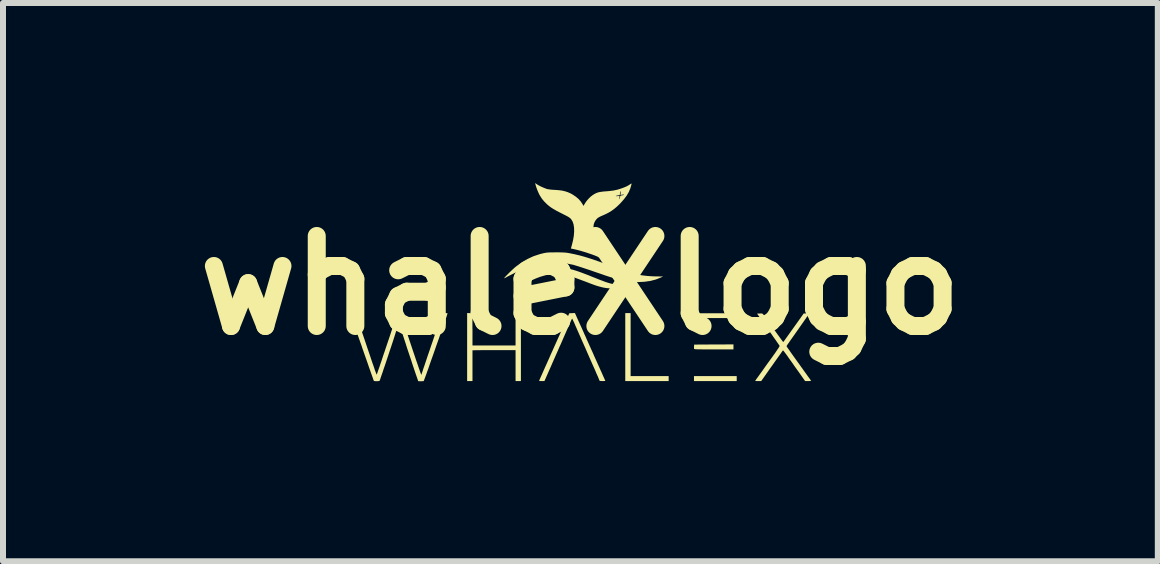
<source format=kicad_pcb>
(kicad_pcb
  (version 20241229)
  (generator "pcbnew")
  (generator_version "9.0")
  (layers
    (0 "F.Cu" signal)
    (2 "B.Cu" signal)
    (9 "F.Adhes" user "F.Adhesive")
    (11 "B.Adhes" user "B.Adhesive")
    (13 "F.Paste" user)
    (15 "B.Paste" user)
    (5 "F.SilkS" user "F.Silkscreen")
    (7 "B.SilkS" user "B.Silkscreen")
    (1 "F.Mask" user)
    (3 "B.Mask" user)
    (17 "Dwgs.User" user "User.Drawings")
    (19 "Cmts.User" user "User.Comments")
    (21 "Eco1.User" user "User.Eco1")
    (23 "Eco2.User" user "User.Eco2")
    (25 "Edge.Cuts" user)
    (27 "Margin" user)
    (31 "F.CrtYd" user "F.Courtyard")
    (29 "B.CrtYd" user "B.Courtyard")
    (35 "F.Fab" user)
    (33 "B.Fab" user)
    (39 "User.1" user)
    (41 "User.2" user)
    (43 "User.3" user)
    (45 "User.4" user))
  (footprint "whaleXlogo"
    (layer "F.Cu")
    (at 6.621 1.704)
    (property "Reference" "whaleXlogo" (at 0 0 0) (layer "F.SilkS") (effects (font (size 1.5 1.5) (thickness 0.3))))
    (attr board_only exclude_from_pos_files exclude_from_bom)
    (fp_poly (pts (xy 2.586 0.506) (xy 2.587 0.546) (xy 2.24 0.546) (xy 1.892 0.546) (xy 1.894 0.506) (xy 1.896 0.466) (xy 2.24 0.466) (xy 2.584 0.466)) (stroke (width 0) (type solid)) (fill yes) (layer "F.SilkS"))
    (fp_poly (pts (xy 2.605 1.554) (xy 2.605 1.596) (xy 2.249 1.596) (xy 1.893 1.596) (xy 1.893 1.554) (xy 1.893 1.513) (xy 2.249 1.513) (xy 2.605 1.513)) (stroke (width 0) (type solid)) (fill yes) (layer "F.SilkS"))
    (fp_poly (pts (xy 0.837 0.988) (xy 0.837 1.513) (xy 1.154 1.513) (xy 1.471 1.513) (xy 1.471 1.554) (xy 1.471 1.596) (xy 1.11 1.596) (xy 0.748 1.596) (xy 0.748 1.029) (xy 0.748 0.463) (xy 0.792 0.463) (xy 0.837 0.463)) (stroke (width 0) (type solid)) (fill yes) (layer "F.SilkS"))
    (fp_poly (pts (xy 2.551 1.026) (xy 2.551 1.068) (xy 2.225 1.068) (xy 2.153 1.068) (xy 2.091 1.068) (xy 2.04 1.068) (xy 1.999 1.067) (xy 1.965 1.067) (xy 1.94 1.066) (xy 1.921 1.065) (xy 1.908 1.064) (xy 1.9 1.062) (xy 1.896 1.061) (xy 1.895 1.06) (xy 1.894 1.05) (xy 1.893 1.032) (xy 1.894 1.02) (xy 1.896 0.988) (xy 2.223 0.986) (xy 2.551 0.985)) (stroke (width 0) (type solid)) (fill yes) (layer "F.SilkS"))
    (fp_poly (pts (xy -1.844 0.464) (xy -1.818 0.466) (xy -1.803 0.47) (xy -1.8 0.473) (xy -1.8 0.48) (xy -1.8 0.498) (xy -1.799 0.526) (xy -1.799 0.561) (xy -1.799 0.604) (xy -1.799 0.652) (xy -1.799 0.704) (xy -1.798 0.742) (xy -1.798 1.003) (xy -1.439 1.003) (xy -1.08 1.003) (xy -1.08 0.733) (xy -1.08 0.463) (xy -1.035 0.463) (xy -0.991 0.463) (xy -0.991 1.029) (xy -0.991 1.596) (xy -1.035 1.596) (xy -1.08 1.596) (xy -1.08 1.338) (xy -1.08 1.08) (xy -1.439 1.08) (xy -1.503 1.08) (xy -1.563 1.08) (xy -1.619 1.08) (xy -1.669 1.081) (xy -1.712 1.081) (xy -1.748 1.082) (xy -1.775 1.083) (xy -1.792 1.083) (xy -1.798 1.084) (xy -1.798 1.084) (xy -1.798 1.091) (xy -1.798 1.108) (xy -1.798 1.135) (xy -1.798 1.17) (xy -1.798 1.212) (xy -1.798 1.259) (xy -1.798 1.311) (xy -1.798 1.342) (xy -1.798 1.596) (xy -1.843 1.596) (xy -1.887 1.596) (xy -1.887 1.029) (xy -1.887 0.462)) (stroke (width 0) (type solid)) (fill yes) (layer "F.SilkS"))
    (fp_poly (pts (xy -0.296 -0.292) (xy -0.201 -0.277) (xy -0.124 -0.259) (xy -0.092 -0.249) (xy -0.057 -0.238) (xy -0.019 -0.225) (xy 0.025 -0.209) (xy 0.075 -0.19) (xy 0.133 -0.168) (xy 0.199 -0.141) (xy 0.253 -0.12) (xy 0.317 -0.094) (xy 0.373 -0.073) (xy 0.42 -0.055) (xy 0.462 -0.042) (xy 0.499 -0.031) (xy 0.534 -0.023) (xy 0.54 -0.021) (xy 0.591 -0.012) (xy 0.647 -0.005) (xy 0.701 -0.001) (xy 0.736 0.000452) (xy 0.78 0.001) (xy 0.755 0.013) (xy 0.713 0.028) (xy 0.662 0.04) (xy 0.605 0.048) (xy 0.546 0.052) (xy 0.486 0.051) (xy 0.43 0.046) (xy 0.419 0.044) (xy 0.384 0.038) (xy 0.35 0.03) (xy 0.313 0.02) (xy 0.272 0.008) (xy 0.225 -0.008) (xy 0.171 -0.028) (xy 0.128 -0.045) (xy 0.056 -0.072) (xy -0.006 -0.095) (xy -0.06 -0.115) (xy -0.106 -0.132) (xy -0.145 -0.145) (xy -0.179 -0.156) (xy -0.21 -0.164) (xy -0.237 -0.17) (xy -0.263 -0.175) (xy -0.288 -0.178) (xy -0.314 -0.18) (xy -0.342 -0.18) (xy -0.373 -0.181) (xy -0.403 -0.18) (xy -0.446 -0.18) (xy -0.479 -0.18) (xy -0.505 -0.179) (xy -0.526 -0.177) (xy -0.545 -0.175) (xy -0.564 -0.171) (xy -0.584 -0.166) (xy -0.6 -0.162) (xy -0.671 -0.141) (xy -0.742 -0.114) (xy -0.816 -0.081) (xy -0.845 -0.067) (xy -0.87 -0.055) (xy -0.891 -0.045) (xy -0.905 -0.039) (xy -0.912 -0.037) (xy -0.912 -0.038) (xy -0.909 -0.043) (xy -0.899 -0.054) (xy -0.883 -0.069) (xy -0.864 -0.087) (xy -0.842 -0.107) (xy -0.82 -0.126) (xy -0.8 -0.143) (xy -0.784 -0.156) (xy -0.709 -0.206) (xy -0.633 -0.244) (xy -0.554 -0.272) (xy -0.472 -0.289) (xy -0.386 -0.296)) (stroke (width 0) (type solid)) (fill yes) (layer "F.SilkS"))
    (fp_poly (pts (xy -0.355 -0.549) (xy -0.316 -0.548) (xy -0.284 -0.547) (xy -0.256 -0.545) (xy -0.232 -0.543) (xy -0.207 -0.539) (xy -0.182 -0.535) (xy -0.094 -0.517) (xy -0.005 -0.496) (xy 0.087 -0.47) (xy 0.184 -0.439) (xy 0.289 -0.403) (xy 0.323 -0.391) (xy 0.418 -0.355) (xy 0.503 -0.324) (xy 0.579 -0.297) (xy 0.647 -0.273) (xy 0.707 -0.252) (xy 0.76 -0.234) (xy 0.808 -0.218) (xy 0.851 -0.205) (xy 0.891 -0.195) (xy 0.927 -0.185) (xy 0.961 -0.178) (xy 0.995 -0.172) (xy 1.028 -0.166) (xy 1.061 -0.162) (xy 1.096 -0.158) (xy 1.103 -0.157) (xy 1.139 -0.154) (xy 1.183 -0.151) (xy 1.228 -0.149) (xy 1.271 -0.148) (xy 1.282 -0.148) (xy 1.379 -0.147) (xy 1.344 -0.131) (xy 1.259 -0.097) (xy 1.167 -0.073) (xy 1.069 -0.059) (xy 0.965 -0.054) (xy 0.949 -0.054) (xy 0.915 -0.055) (xy 0.88 -0.056) (xy 0.848 -0.058) (xy 0.825 -0.06) (xy 0.825 -0.06) (xy 0.784 -0.065) (xy 0.742 -0.072) (xy 0.699 -0.081) (xy 0.654 -0.092) (xy 0.604 -0.105) (xy 0.548 -0.122) (xy 0.485 -0.141) (xy 0.415 -0.164) (xy 0.335 -0.192) (xy 0.317 -0.198) (xy 0.232 -0.227) (xy 0.155 -0.254) (xy 0.085 -0.277) (xy 0.024 -0.297) (xy -0.028 -0.314) (xy -0.071 -0.327) (xy -0.103 -0.337) (xy -0.116 -0.341) (xy -0.232 -0.364) (xy -0.351 -0.377) (xy -0.471 -0.379) (xy -0.592 -0.369) (xy -0.713 -0.348) (xy -0.832 -0.316) (xy -0.932 -0.281) (xy -0.96 -0.269) (xy -0.996 -0.253) (xy -1.037 -0.234) (xy -1.08 -0.213) (xy -1.124 -0.191) (xy -1.166 -0.17) (xy -1.203 -0.151) (xy -1.232 -0.135) (xy -1.242 -0.13) (xy -1.257 -0.122) (xy -1.267 -0.118) (xy -1.27 -0.119) (xy -1.266 -0.126) (xy -1.254 -0.139) (xy -1.237 -0.158) (xy -1.215 -0.18) (xy -1.19 -0.205) (xy -1.164 -0.23) (xy -1.137 -0.256) (xy -1.112 -0.279) (xy -1.09 -0.299) (xy -1.071 -0.314) (xy -1.071 -0.314) (xy -0.977 -0.383) (xy -0.88 -0.439) (xy -0.78 -0.485) (xy -0.677 -0.519) (xy -0.614 -0.535) (xy -0.592 -0.539) (xy -0.572 -0.543) (xy -0.551 -0.545) (xy -0.528 -0.547) (xy -0.501 -0.548) (xy -0.467 -0.548) (xy -0.424 -0.549) (xy -0.403 -0.549)) (stroke (width 0) (type solid)) (fill yes) (layer "F.SilkS"))
    (fp_poly (pts (xy -0.045 0.565) (xy -0.027 0.605) (xy -0.006 0.651) (xy 0.017 0.701) (xy 0.038 0.748) (xy 0.054 0.783) (xy 0.065 0.81) (xy 0.082 0.846) (xy 0.101 0.89) (xy 0.124 0.941) (xy 0.149 0.997) (xy 0.176 1.057) (xy 0.205 1.12) (xy 0.233 1.185) (xy 0.26 1.244) (xy 0.287 1.305) (xy 0.313 1.362) (xy 0.336 1.414) (xy 0.358 1.462) (xy 0.376 1.504) (xy 0.392 1.539) (xy 0.404 1.566) (xy 0.412 1.584) (xy 0.415 1.593) (xy 0.415 1.593) (xy 0.41 1.594) (xy 0.395 1.595) (xy 0.375 1.596) (xy 0.368 1.596) (xy 0.346 1.595) (xy 0.329 1.594) (xy 0.321 1.592) (xy 0.32 1.591) (xy 0.318 1.585) (xy 0.311 1.569) (xy 0.301 1.544) (xy 0.287 1.511) (xy 0.269 1.472) (xy 0.25 1.426) (xy 0.228 1.376) (xy 0.204 1.323) (xy 0.192 1.296) (xy 0.151 1.203) (xy 0.115 1.121) (xy 0.083 1.047) (xy 0.054 0.982) (xy 0.028 0.924) (xy 0.006 0.873) (xy -0.015 0.826) (xy -0.033 0.785) (xy -0.05 0.747) (xy -0.065 0.712) (xy -0.08 0.679) (xy -0.087 0.662) (xy -0.101 0.629) (xy -0.114 0.601) (xy -0.125 0.578) (xy -0.132 0.563) (xy -0.136 0.556) (xy -0.14 0.559) (xy -0.147 0.57) (xy -0.155 0.588) (xy -0.156 0.589) (xy -0.165 0.611) (xy -0.177 0.639) (xy -0.191 0.669) (xy -0.198 0.685) (xy -0.206 0.704) (xy -0.219 0.733) (xy -0.235 0.77) (xy -0.255 0.815) (xy -0.277 0.865) (xy -0.301 0.921) (xy -0.327 0.98) (xy -0.355 1.041) (xy -0.382 1.104) (xy -0.41 1.167) (xy -0.437 1.228) (xy -0.463 1.287) (xy -0.487 1.343) (xy -0.507 1.388) (xy -0.525 1.428) (xy -0.542 1.467) (xy -0.557 1.501) (xy -0.57 1.53) (xy -0.579 1.552) (xy -0.584 1.562) (xy -0.599 1.596) (xy -0.644 1.596) (xy -0.667 1.596) (xy -0.68 1.595) (xy -0.686 1.592) (xy -0.686 1.587) (xy -0.686 1.586) (xy -0.683 1.579) (xy -0.675 1.562) (xy -0.664 1.536) (xy -0.648 1.501) (xy -0.629 1.458) (xy -0.607 1.408) (xy -0.582 1.352) (xy -0.554 1.29) (xy -0.524 1.223) (xy -0.493 1.152) (xy -0.459 1.077) (xy -0.434 1.021) (xy -0.185 0.466) (xy -0.138 0.464) (xy -0.091 0.462)) (stroke (width 0) (type solid)) (fill yes) (layer "F.SilkS"))
    (fp_poly (pts (xy 3.815 0.467) (xy 3.815 0.468) (xy 3.812 0.473) (xy 3.802 0.487) (xy 3.787 0.508) (xy 3.767 0.537) (xy 3.743 0.572) (xy 3.716 0.611) (xy 3.685 0.655) (xy 3.652 0.702) (xy 3.648 0.708) (xy 3.614 0.756) (xy 3.581 0.803) (xy 3.551 0.846) (xy 3.523 0.885) (xy 3.499 0.919) (xy 3.48 0.947) (xy 3.466 0.967) (xy 3.458 0.978) (xy 3.458 0.978) (xy 3.446 0.996) (xy 3.438 1.009) (xy 3.435 1.015) (xy 3.439 1.021) (xy 3.448 1.035) (xy 3.463 1.057) (xy 3.483 1.085) (xy 3.506 1.118) (xy 3.532 1.155) (xy 3.558 1.191) (xy 3.589 1.234) (xy 3.619 1.276) (xy 3.649 1.317) (xy 3.675 1.354) (xy 3.698 1.386) (xy 3.716 1.411) (xy 3.724 1.423) (xy 3.746 1.453) (xy 3.77 1.486) (xy 3.792 1.518) (xy 3.806 1.536) (xy 3.822 1.558) (xy 3.834 1.576) (xy 3.842 1.588) (xy 3.845 1.592) (xy 3.839 1.594) (xy 3.825 1.595) (xy 3.804 1.596) (xy 3.795 1.596) (xy 3.745 1.596) (xy 3.631 1.434) (xy 3.599 1.39) (xy 3.566 1.344) (xy 3.534 1.297) (xy 3.503 1.254) (xy 3.475 1.215) (xy 3.453 1.183) (xy 3.448 1.176) (xy 3.427 1.147) (xy 3.408 1.122) (xy 3.393 1.102) (xy 3.382 1.089) (xy 3.376 1.084) (xy 3.376 1.084) (xy 3.371 1.09) (xy 3.36 1.105) (xy 3.344 1.128) (xy 3.323 1.158) (xy 3.297 1.194) (xy 3.268 1.235) (xy 3.236 1.28) (xy 3.202 1.329) (xy 3.165 1.38) (xy 3.128 1.433) (xy 3.098 1.476) (xy 3.013 1.596) (xy 2.963 1.596) (xy 2.941 1.596) (xy 2.923 1.595) (xy 2.914 1.593) (xy 2.913 1.593) (xy 2.916 1.587) (xy 2.925 1.574) (xy 2.938 1.555) (xy 2.953 1.535) (xy 2.971 1.51) (xy 2.993 1.479) (xy 3.018 1.445) (xy 3.042 1.411) (xy 3.05 1.4) (xy 3.068 1.374) (xy 3.092 1.34) (xy 3.12 1.301) (xy 3.151 1.259) (xy 3.182 1.216) (xy 3.212 1.174) (xy 3.215 1.17) (xy 3.245 1.128) (xy 3.27 1.091) (xy 3.291 1.06) (xy 3.307 1.036) (xy 3.317 1.019) (xy 3.32 1.011) (xy 3.32 1.011) (xy 3.316 1.003) (xy 3.306 0.988) (xy 3.291 0.966) (xy 3.272 0.939) (xy 3.251 0.908) (xy 3.241 0.895) (xy 3.217 0.861) (xy 3.189 0.82) (xy 3.157 0.775) (xy 3.123 0.727) (xy 3.09 0.679) (xy 3.058 0.634) (xy 3.055 0.629) (xy 2.944 0.472) (xy 2.99 0.47) (xy 3.005 0.469) (xy 3.016 0.469) (xy 3.026 0.47) (xy 3.035 0.474) (xy 3.044 0.482) (xy 3.056 0.495) (xy 3.07 0.513) (xy 3.088 0.539) (xy 3.112 0.573) (xy 3.118 0.581) (xy 3.167 0.651) (xy 3.21 0.712) (xy 3.247 0.764) (xy 3.278 0.808) (xy 3.305 0.844) (xy 3.326 0.874) (xy 3.344 0.898) (xy 3.357 0.916) (xy 3.367 0.93) (xy 3.374 0.938) (xy 3.379 0.943) (xy 3.382 0.945) (xy 3.382 0.945) (xy 3.386 0.939) (xy 3.397 0.925) (xy 3.412 0.903) (xy 3.433 0.874) (xy 3.458 0.839) (xy 3.486 0.8) (xy 3.517 0.756) (xy 3.551 0.709) (xy 3.554 0.705) (xy 3.721 0.47) (xy 3.768 0.468) (xy 3.79 0.467) (xy 3.806 0.467)) (stroke (width 0) (type solid)) (fill yes) (layer "F.SilkS"))
    (fp_poly (pts (xy -0.729 -1.686) (xy -0.698 -1.667) (xy -0.66 -1.647) (xy -0.62 -1.629) (xy -0.583 -1.614) (xy -0.567 -1.608) (xy -0.545 -1.602) (xy -0.519 -1.598) (xy -0.488 -1.594) (xy -0.448 -1.591) (xy -0.427 -1.59) (xy -0.361 -1.585) (xy -0.304 -1.578) (xy -0.254 -1.566) (xy -0.208 -1.551) (xy -0.163 -1.531) (xy -0.132 -1.514) (xy -0.075 -1.476) (xy -0.028 -1.436) (xy 0.009 -1.393) (xy 0.035 -1.353) (xy 0.052 -1.323) (xy 0.075 -1.363) (xy 0.101 -1.402) (xy 0.134 -1.44) (xy 0.17 -1.476) (xy 0.183 -1.486) (xy 0.591 -1.486) (xy 0.6 -1.485) (xy 0.619 -1.486) (xy 0.653 -1.491) (xy 0.65 -1.456) (xy 0.649 -1.439) (xy 0.65 -1.433) (xy 0.653 -1.437) (xy 0.657 -1.451) (xy 0.661 -1.472) (xy 0.661 -1.473) (xy 0.664 -1.486) (xy 0.67 -1.493) (xy 0.681 -1.497) (xy 0.695 -1.499) (xy 0.712 -1.502) (xy 0.725 -1.506) (xy 0.728 -1.508) (xy 0.725 -1.511) (xy 0.711 -1.511) (xy 0.699 -1.51) (xy 0.666 -1.506) (xy 0.671 -1.532) (xy 0.674 -1.551) (xy 0.676 -1.561) (xy 0.675 -1.566) (xy 0.672 -1.566) (xy 0.671 -1.566) (xy 0.668 -1.561) (xy 0.663 -1.547) (xy 0.661 -1.535) (xy 0.656 -1.504) (xy 0.625 -1.498) (xy 0.603 -1.493) (xy 0.592 -1.489) (xy 0.591 -1.486) (xy 0.183 -1.486) (xy 0.206 -1.504) (xy 0.211 -1.507) (xy 0.239 -1.524) (xy 0.265 -1.537) (xy 0.292 -1.547) (xy 0.321 -1.554) (xy 0.355 -1.559) (xy 0.397 -1.564) (xy 0.428 -1.566) (xy 0.464 -1.569) (xy 0.501 -1.573) (xy 0.535 -1.577) (xy 0.561 -1.581) (xy 0.564 -1.582) (xy 0.616 -1.593) (xy 0.668 -1.609) (xy 0.719 -1.627) (xy 0.765 -1.646) (xy 0.804 -1.667) (xy 0.829 -1.683) (xy 0.844 -1.693) (xy 0.851 -1.696) (xy 0.853 -1.69) (xy 0.851 -1.681) (xy 0.833 -1.617) (xy 0.807 -1.555) (xy 0.772 -1.495) (xy 0.727 -1.435) (xy 0.672 -1.373) (xy 0.656 -1.356) (xy 0.609 -1.311) (xy 0.564 -1.273) (xy 0.518 -1.24) (xy 0.469 -1.21) (xy 0.413 -1.182) (xy 0.363 -1.16) (xy 0.333 -1.147) (xy 0.311 -1.135) (xy 0.294 -1.125) (xy 0.28 -1.113) (xy 0.267 -1.1) (xy 0.247 -1.073) (xy 0.232 -1.044) (xy 0.222 -1.011) (xy 0.218 -0.973) (xy 0.218 -0.927) (xy 0.224 -0.874) (xy 0.231 -0.828) (xy 0.237 -0.797) (xy 0.245 -0.758) (xy 0.255 -0.713) (xy 0.266 -0.666) (xy 0.277 -0.618) (xy 0.289 -0.573) (xy 0.299 -0.533) (xy 0.308 -0.501) (xy 0.311 -0.491) (xy 0.316 -0.473) (xy 0.315 -0.465) (xy 0.309 -0.465) (xy 0.294 -0.473) (xy 0.294 -0.473) (xy 0.269 -0.485) (xy 0.234 -0.499) (xy 0.193 -0.514) (xy 0.146 -0.53) (xy 0.096 -0.547) (xy 0.045 -0.562) (xy -0.005 -0.577) (xy -0.051 -0.589) (xy -0.092 -0.599) (xy -0.096 -0.6) (xy -0.158 -0.613) (xy -0.142 -0.67) (xy -0.122 -0.751) (xy -0.109 -0.826) (xy -0.104 -0.895) (xy -0.105 -0.957) (xy -0.113 -1.012) (xy -0.128 -1.059) (xy -0.15 -1.096) (xy -0.162 -1.111) (xy -0.175 -1.122) (xy -0.193 -1.135) (xy -0.218 -1.15) (xy -0.251 -1.167) (xy -0.293 -1.188) (xy -0.298 -1.191) (xy -0.358 -1.221) (xy -0.409 -1.248) (xy -0.452 -1.273) (xy -0.488 -1.296) (xy -0.519 -1.319) (xy -0.547 -1.342) (xy -0.56 -1.354) (xy -0.605 -1.399) (xy -0.642 -1.444) (xy -0.673 -1.493) (xy -0.685 -1.514) (xy -0.701 -1.548) (xy -0.718 -1.588) (xy -0.733 -1.629) (xy -0.745 -1.668) (xy -0.75 -1.687) (xy -0.754 -1.704)) (stroke (width 0) (type solid)) (fill yes) (layer "F.SilkS"))
    (fp_poly (pts (xy -3.023 0.464) (xy -2.999 0.466) (xy -2.827 0.98) (xy -2.802 1.055) (xy -2.778 1.126) (xy -2.755 1.194) (xy -2.734 1.257) (xy -2.714 1.313) (xy -2.697 1.364) (xy -2.682 1.407) (xy -2.67 1.442) (xy -2.66 1.469) (xy -2.654 1.485) (xy -2.651 1.492) (xy -2.651 1.492) (xy -2.647 1.485) (xy -2.645 1.476) (xy -2.642 1.468) (xy -2.636 1.45) (xy -2.627 1.423) (xy -2.616 1.387) (xy -2.601 1.345) (xy -2.585 1.297) (xy -2.567 1.243) (xy -2.548 1.186) (xy -2.534 1.145) (xy -2.511 1.079) (xy -2.488 1.01) (xy -2.464 0.941) (xy -2.441 0.873) (xy -2.419 0.808) (xy -2.399 0.749) (xy -2.382 0.696) (xy -2.367 0.653) (xy -2.365 0.647) (xy -2.304 0.466) (xy -2.259 0.464) (xy -2.234 0.464) (xy -2.219 0.465) (xy -2.213 0.468) (xy -2.215 0.475) (xy -2.221 0.492) (xy -2.229 0.518) (xy -2.241 0.553) (xy -2.256 0.595) (xy -2.272 0.643) (xy -2.291 0.696) (xy -2.311 0.754) (xy -2.333 0.814) (xy -2.355 0.878) (xy -2.378 0.943) (xy -2.393 0.985) (xy -2.402 1.01) (xy -2.414 1.045) (xy -2.429 1.088) (xy -2.446 1.137) (xy -2.465 1.19) (xy -2.485 1.246) (xy -2.505 1.303) (xy -2.516 1.335) (xy -2.534 1.388) (xy -2.552 1.437) (xy -2.568 1.482) (xy -2.582 1.52) (xy -2.594 1.552) (xy -2.603 1.576) (xy -2.609 1.591) (xy -2.611 1.596) (xy -2.619 1.597) (xy -2.635 1.598) (xy -2.656 1.599) (xy -2.659 1.599) (xy -2.702 1.598) (xy -2.722 1.539) (xy -2.737 1.496) (xy -2.755 1.444) (xy -2.775 1.384) (xy -2.797 1.319) (xy -2.819 1.25) (xy -2.843 1.179) (xy -2.867 1.108) (xy -2.89 1.039) (xy -2.911 0.972) (xy -2.931 0.911) (xy -2.949 0.856) (xy -2.964 0.81) (xy -2.97 0.791) (xy -2.983 0.749) (xy -2.995 0.711) (xy -3.006 0.678) (xy -3.015 0.652) (xy -3.021 0.634) (xy -3.024 0.626) (xy -3.024 0.625) (xy -3.027 0.631) (xy -3.032 0.647) (xy -3.04 0.671) (xy -3.05 0.703) (xy -3.062 0.74) (xy -3.075 0.781) (xy -3.08 0.796) (xy -3.092 0.834) (xy -3.106 0.878) (xy -3.122 0.928) (xy -3.14 0.982) (xy -3.159 1.04) (xy -3.179 1.099) (xy -3.199 1.16) (xy -3.219 1.22) (xy -3.239 1.28) (xy -3.258 1.337) (xy -3.277 1.391) (xy -3.293 1.441) (xy -3.309 1.486) (xy -3.322 1.524) (xy -3.332 1.555) (xy -3.34 1.577) (xy -3.345 1.589) (xy -3.346 1.592) (xy -3.354 1.595) (xy -3.371 1.597) (xy -3.391 1.598) (xy -3.412 1.598) (xy -3.429 1.596) (xy -3.44 1.594) (xy -3.441 1.593) (xy -3.444 1.586) (xy -3.45 1.57) (xy -3.459 1.544) (xy -3.471 1.51) (xy -3.486 1.469) (xy -3.502 1.422) (xy -3.521 1.369) (xy -3.54 1.313) (xy -3.553 1.276) (xy -3.574 1.216) (xy -3.595 1.157) (xy -3.614 1.102) (xy -3.632 1.051) (xy -3.647 1.005) (xy -3.661 0.966) (xy -3.672 0.936) (xy -3.679 0.914) (xy -3.682 0.908) (xy -3.699 0.859) (xy -3.717 0.808) (xy -3.735 0.756) (xy -3.752 0.705) (xy -3.769 0.656) (xy -3.785 0.61) (xy -3.8 0.569) (xy -3.812 0.533) (xy -3.822 0.503) (xy -3.829 0.482) (xy -3.832 0.47) (xy -3.833 0.468) (xy -3.827 0.466) (xy -3.813 0.464) (xy -3.793 0.463) (xy -3.789 0.463) (xy -3.745 0.463) (xy -3.62 0.835) (xy -3.586 0.935) (xy -3.556 1.025) (xy -3.529 1.104) (xy -3.505 1.174) (xy -3.485 1.235) (xy -3.467 1.288) (xy -3.451 1.333) (xy -3.438 1.371) (xy -3.428 1.402) (xy -3.419 1.427) (xy -3.411 1.447) (xy -3.406 1.462) (xy -3.401 1.473) (xy -3.398 1.481) (xy -3.396 1.485) (xy -3.394 1.487) (xy -3.393 1.487) (xy -3.392 1.486) (xy -3.39 1.48) (xy -3.384 1.462) (xy -3.375 1.436) (xy -3.363 1.401) (xy -3.348 1.359) (xy -3.332 1.31) (xy -3.313 1.256) (xy -3.294 1.197) (xy -3.273 1.134) (xy -3.264 1.109) (xy -3.241 1.04) (xy -3.218 0.972) (xy -3.195 0.904) (xy -3.173 0.839) (xy -3.153 0.777) (xy -3.134 0.722) (xy -3.118 0.673) (xy -3.104 0.632) (xy -3.094 0.601) (xy -3.093 0.601) (xy -3.047 0.462)) (stroke (width 0) (type solid)) (fill yes) (layer "F.SilkS")))
  (gr_rect
    (start -3 -3)
    (end 16.243 6.302)
    (stroke (width 0.1) (type default))
    (fill no)
    (layer "Edge.Cuts")))
</source>
